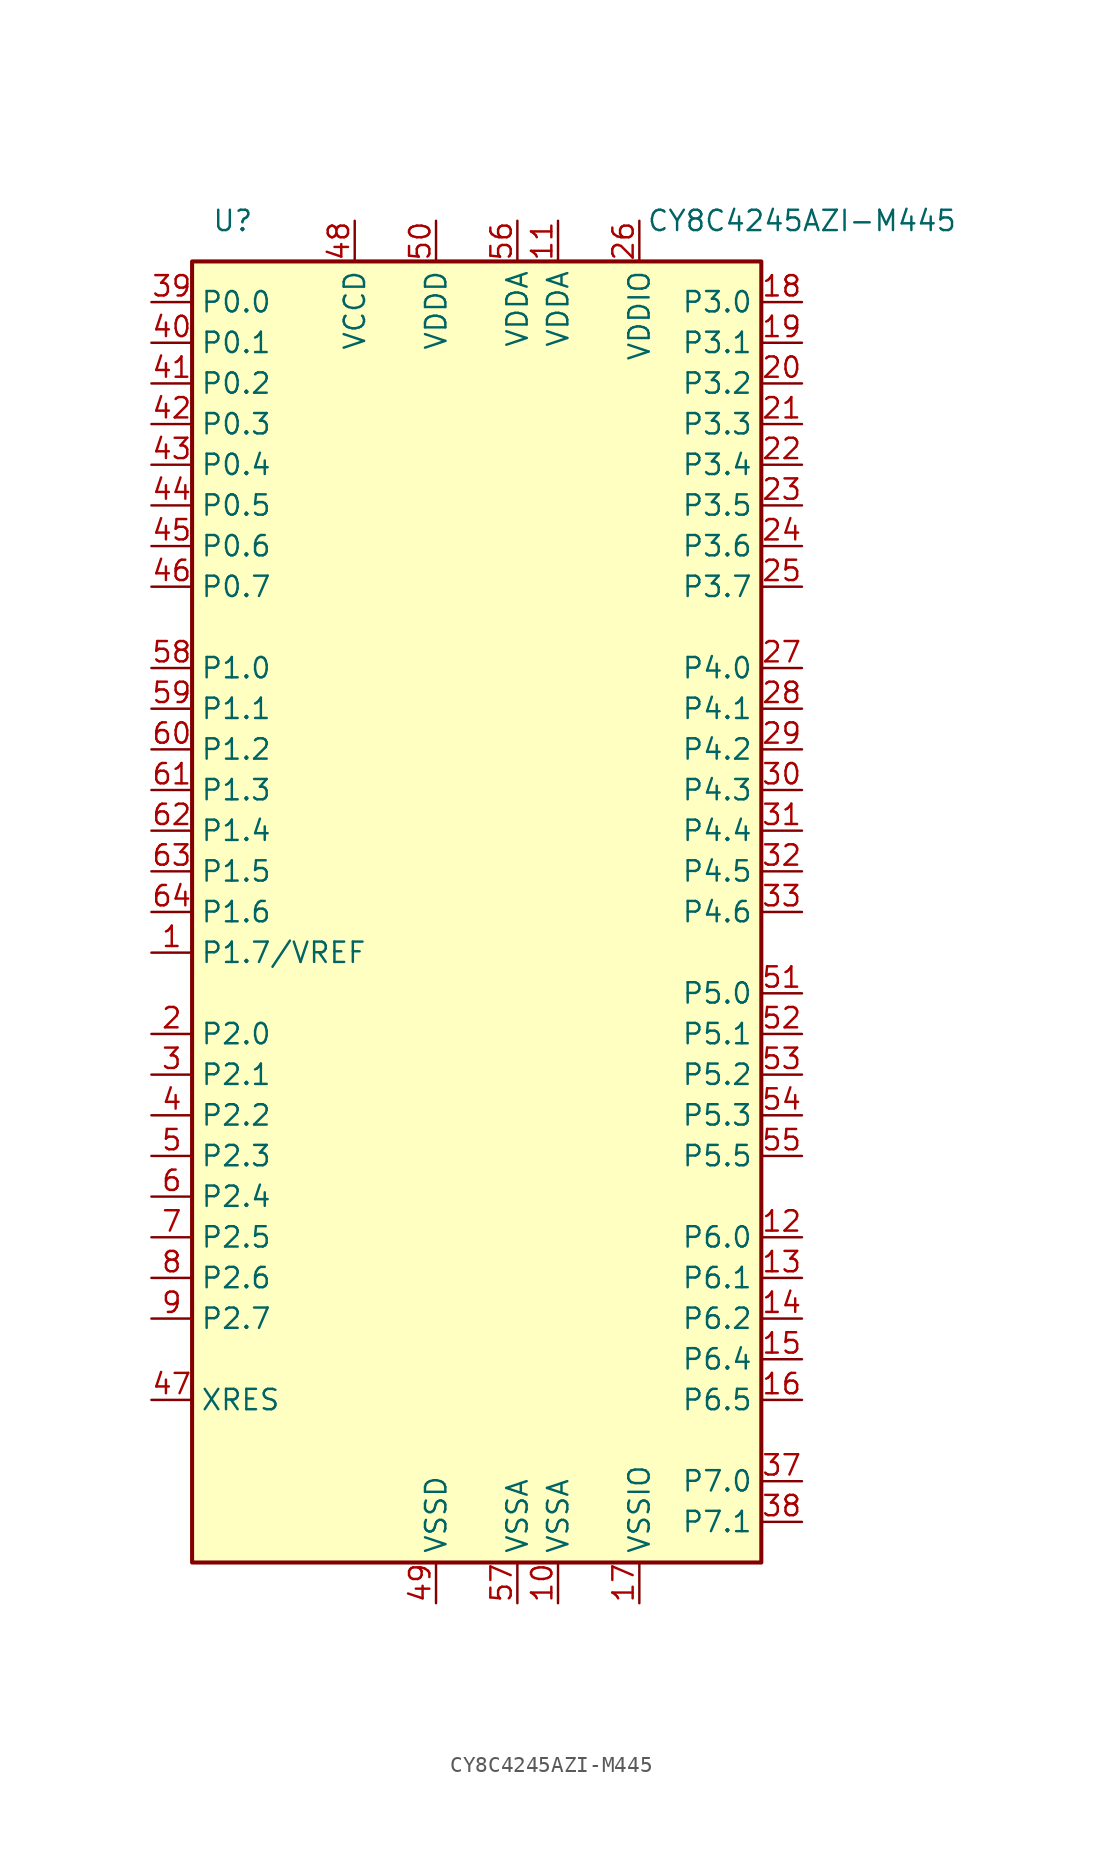
<source format=kicad_sym>
(kicad_symbol_lib
  (version 20201005)
  (generator kicad_symbol_editor)
  (symbol "CY8C4245AZI-M445"
    (property "Reference" "U"
      (at -15.24 43.18 0)
      (effects (font (size 1.27 1.27))))
    (property "Value" "CY8C4245AZI-M445"
      (at 20.32 43.18 0)
      (effects (font (size 1.27 1.27))))
    (symbol "CY8C4245AZI-M445_0_1"
      (rectangle (start -17.78 40.64) (end 17.78 -40.64) (stroke (width 0.254)) (fill (type background))))
    (symbol "CY8C4245AZI-M445_1_1"
      (pin bidirectional line (at -20.32 -2.54 0) (length 2.54) (name "P1.7/VREF" (effects (font (size 1.27 1.27)))) (number "1" (effects (font (size 1.27 1.27)))))
      (pin power_in line (at 5.08 -43.18 90) (length 2.54) (name "VSSA" (effects (font (size 1.27 1.27)))) (number "10" (effects (font (size 1.27 1.27)))))
      (pin power_in line (at 5.08 43.18 270) (length 2.54) (name "VDDA" (effects (font (size 1.27 1.27)))) (number "11" (effects (font (size 1.27 1.27)))))
      (pin bidirectional line (at 20.32 -20.32 180) (length 2.54) (name "P6.0" (effects (font (size 1.27 1.27)))) (number "12" (effects (font (size 1.27 1.27)))))
      (pin bidirectional line (at 20.32 -22.86 180) (length 2.54) (name "P6.1" (effects (font (size 1.27 1.27)))) (number "13" (effects (font (size 1.27 1.27)))))
      (pin bidirectional line (at 20.32 -25.4 180) (length 2.54) (name "P6.2" (effects (font (size 1.27 1.27)))) (number "14" (effects (font (size 1.27 1.27)))))
      (pin bidirectional line (at 20.32 -27.94 180) (length 2.54) (name "P6.4" (effects (font (size 1.27 1.27)))) (number "15" (effects (font (size 1.27 1.27)))))
      (pin bidirectional line (at 20.32 -30.48 180) (length 2.54) (name "P6.5" (effects (font (size 1.27 1.27)))) (number "16" (effects (font (size 1.27 1.27)))))
      (pin power_in line (at 10.16 -43.18 90) (length 2.54) (name "VSSIO" (effects (font (size 1.27 1.27)))) (number "17" (effects (font (size 1.27 1.27)))))
      (pin bidirectional line (at 20.32 38.1 180) (length 2.54) (name "P3.0" (effects (font (size 1.27 1.27)))) (number "18" (effects (font (size 1.27 1.27)))))
      (pin bidirectional line (at 20.32 35.56 180) (length 2.54) (name "P3.1" (effects (font (size 1.27 1.27)))) (number "19" (effects (font (size 1.27 1.27)))))
      (pin bidirectional line (at -20.32 -7.62 0) (length 2.54) (name "P2.0" (effects (font (size 1.27 1.27)))) (number "2" (effects (font (size 1.27 1.27)))))
      (pin bidirectional line (at 20.32 33.02 180) (length 2.54) (name "P3.2" (effects (font (size 1.27 1.27)))) (number "20" (effects (font (size 1.27 1.27)))))
      (pin bidirectional line (at 20.32 30.48 180) (length 2.54) (name "P3.3" (effects (font (size 1.27 1.27)))) (number "21" (effects (font (size 1.27 1.27)))))
      (pin bidirectional line (at 20.32 27.94 180) (length 2.54) (name "P3.4" (effects (font (size 1.27 1.27)))) (number "22" (effects (font (size 1.27 1.27)))))
      (pin bidirectional line (at 20.32 25.4 180) (length 2.54) (name "P3.5" (effects (font (size 1.27 1.27)))) (number "23" (effects (font (size 1.27 1.27)))))
      (pin bidirectional line (at 20.32 22.86 180) (length 2.54) (name "P3.6" (effects (font (size 1.27 1.27)))) (number "24" (effects (font (size 1.27 1.27)))))
      (pin bidirectional line (at 20.32 20.32 180) (length 2.54) (name "P3.7" (effects (font (size 1.27 1.27)))) (number "25" (effects (font (size 1.27 1.27)))))
      (pin power_in line (at 10.16 43.18 270) (length 2.54) (name "VDDIO" (effects (font (size 1.27 1.27)))) (number "26" (effects (font (size 1.27 1.27)))))
      (pin bidirectional line (at 20.32 15.24 180) (length 2.54) (name "P4.0" (effects (font (size 1.27 1.27)))) (number "27" (effects (font (size 1.27 1.27)))))
      (pin bidirectional line (at 20.32 12.7 180) (length 2.54) (name "P4.1" (effects (font (size 1.27 1.27)))) (number "28" (effects (font (size 1.27 1.27)))))
      (pin bidirectional line (at 20.32 10.16 180) (length 2.54) (name "P4.2" (effects (font (size 1.27 1.27)))) (number "29" (effects (font (size 1.27 1.27)))))
      (pin bidirectional line (at -20.32 -10.16 0) (length 2.54) (name "P2.1" (effects (font (size 1.27 1.27)))) (number "3" (effects (font (size 1.27 1.27)))))
      (pin bidirectional line (at 20.32 7.62 180) (length 2.54) (name "P4.3" (effects (font (size 1.27 1.27)))) (number "30" (effects (font (size 1.27 1.27)))))
      (pin bidirectional line (at 20.32 5.08 180) (length 2.54) (name "P4.4" (effects (font (size 1.27 1.27)))) (number "31" (effects (font (size 1.27 1.27)))))
      (pin bidirectional line (at 20.32 2.54 180) (length 2.54) (name "P4.5" (effects (font (size 1.27 1.27)))) (number "32" (effects (font (size 1.27 1.27)))))
      (pin bidirectional line (at 20.32 0 180) (length 2.54) (name "P4.6" (effects (font (size 1.27 1.27)))) (number "33" (effects (font (size 1.27 1.27)))))
      (pin bidirectional line (at 20.32 -35.56 180) (length 2.54) (name "P7.0" (effects (font (size 1.27 1.27)))) (number "37" (effects (font (size 1.27 1.27)))))
      (pin bidirectional line (at 20.32 -38.1 180) (length 2.54) (name "P7.1" (effects (font (size 1.27 1.27)))) (number "38" (effects (font (size 1.27 1.27)))))
      (pin bidirectional line (at -20.32 38.1 0) (length 2.54) (name "P0.0" (effects (font (size 1.27 1.27)))) (number "39" (effects (font (size 1.27 1.27)))))
      (pin bidirectional line (at -20.32 -12.7 0) (length 2.54) (name "P2.2" (effects (font (size 1.27 1.27)))) (number "4" (effects (font (size 1.27 1.27)))))
      (pin bidirectional line (at -20.32 35.56 0) (length 2.54) (name "P0.1" (effects (font (size 1.27 1.27)))) (number "40" (effects (font (size 1.27 1.27)))))
      (pin bidirectional line (at -20.32 33.02 0) (length 2.54) (name "P0.2" (effects (font (size 1.27 1.27)))) (number "41" (effects (font (size 1.27 1.27)))))
      (pin bidirectional line (at -20.32 30.48 0) (length 2.54) (name "P0.3" (effects (font (size 1.27 1.27)))) (number "42" (effects (font (size 1.27 1.27)))))
      (pin bidirectional line (at -20.32 27.94 0) (length 2.54) (name "P0.4" (effects (font (size 1.27 1.27)))) (number "43" (effects (font (size 1.27 1.27)))))
      (pin bidirectional line (at -20.32 25.4 0) (length 2.54) (name "P0.5" (effects (font (size 1.27 1.27)))) (number "44" (effects (font (size 1.27 1.27)))))
      (pin bidirectional line (at -20.32 22.86 0) (length 2.54) (name "P0.6" (effects (font (size 1.27 1.27)))) (number "45" (effects (font (size 1.27 1.27)))))
      (pin bidirectional line (at -20.32 20.32 0) (length 2.54) (name "P0.7" (effects (font (size 1.27 1.27)))) (number "46" (effects (font (size 1.27 1.27)))))
      (pin input line (at -20.32 -30.48 0) (length 2.54) (name "XRES" (effects (font (size 1.27 1.27)))) (number "47" (effects (font (size 1.27 1.27)))))
      (pin power_out line (at -7.62 43.18 270) (length 2.54) (name "VCCD" (effects (font (size 1.27 1.27)))) (number "48" (effects (font (size 1.27 1.27)))))
      (pin power_in line (at -2.54 -43.18 90) (length 2.54) (name "VSSD" (effects (font (size 1.27 1.27)))) (number "49" (effects (font (size 1.27 1.27)))))
      (pin bidirectional line (at -20.32 -15.24 0) (length 2.54) (name "P2.3" (effects (font (size 1.27 1.27)))) (number "5" (effects (font (size 1.27 1.27)))))
      (pin power_in line (at -2.54 43.18 270) (length 2.54) (name "VDDD" (effects (font (size 1.27 1.27)))) (number "50" (effects (font (size 1.27 1.27)))))
      (pin bidirectional line (at 20.32 -5.08 180) (length 2.54) (name "P5.0" (effects (font (size 1.27 1.27)))) (number "51" (effects (font (size 1.27 1.27)))))
      (pin bidirectional line (at 20.32 -7.62 180) (length 2.54) (name "P5.1" (effects (font (size 1.27 1.27)))) (number "52" (effects (font (size 1.27 1.27)))))
      (pin bidirectional line (at 20.32 -10.16 180) (length 2.54) (name "P5.2" (effects (font (size 1.27 1.27)))) (number "53" (effects (font (size 1.27 1.27)))))
      (pin bidirectional line (at 20.32 -12.7 180) (length 2.54) (name "P5.3" (effects (font (size 1.27 1.27)))) (number "54" (effects (font (size 1.27 1.27)))))
      (pin bidirectional line (at 20.32 -15.24 180) (length 2.54) (name "P5.5" (effects (font (size 1.27 1.27)))) (number "55" (effects (font (size 1.27 1.27)))))
      (pin power_in line (at 2.54 43.18 270) (length 2.54) (name "VDDA" (effects (font (size 1.27 1.27)))) (number "56" (effects (font (size 1.27 1.27)))))
      (pin power_in line (at 2.54 -43.18 90) (length 2.54) (name "VSSA" (effects (font (size 1.27 1.27)))) (number "57" (effects (font (size 1.27 1.27)))))
      (pin bidirectional line (at -20.32 15.24 0) (length 2.54) (name "P1.0" (effects (font (size 1.27 1.27)))) (number "58" (effects (font (size 1.27 1.27)))))
      (pin bidirectional line (at -20.32 12.7 0) (length 2.54) (name "P1.1" (effects (font (size 1.27 1.27)))) (number "59" (effects (font (size 1.27 1.27)))))
      (pin bidirectional line (at -20.32 -17.78 0) (length 2.54) (name "P2.4" (effects (font (size 1.27 1.27)))) (number "6" (effects (font (size 1.27 1.27)))))
      (pin bidirectional line (at -20.32 10.16 0) (length 2.54) (name "P1.2" (effects (font (size 1.27 1.27)))) (number "60" (effects (font (size 1.27 1.27)))))
      (pin bidirectional line (at -20.32 7.62 0) (length 2.54) (name "P1.3" (effects (font (size 1.27 1.27)))) (number "61" (effects (font (size 1.27 1.27)))))
      (pin bidirectional line (at -20.32 5.08 0) (length 2.54) (name "P1.4" (effects (font (size 1.27 1.27)))) (number "62" (effects (font (size 1.27 1.27)))))
      (pin bidirectional line (at -20.32 2.54 0) (length 2.54) (name "P1.5" (effects (font (size 1.27 1.27)))) (number "63" (effects (font (size 1.27 1.27)))))
      (pin bidirectional line (at -20.32 0 0) (length 2.54) (name "P1.6" (effects (font (size 1.27 1.27)))) (number "64" (effects (font (size 1.27 1.27)))))
      (pin bidirectional line (at -20.32 -20.32 0) (length 2.54) (name "P2.5" (effects (font (size 1.27 1.27)))) (number "7" (effects (font (size 1.27 1.27)))))
      (pin bidirectional line (at -20.32 -22.86 0) (length 2.54) (name "P2.6" (effects (font (size 1.27 1.27)))) (number "8" (effects (font (size 1.27 1.27)))))
      (pin bidirectional line (at -20.32 -25.4 0) (length 2.54) (name "P2.7" (effects (font (size 1.27 1.27)))) (number "9" (effects (font (size 1.27 1.27))))))))
</source>
